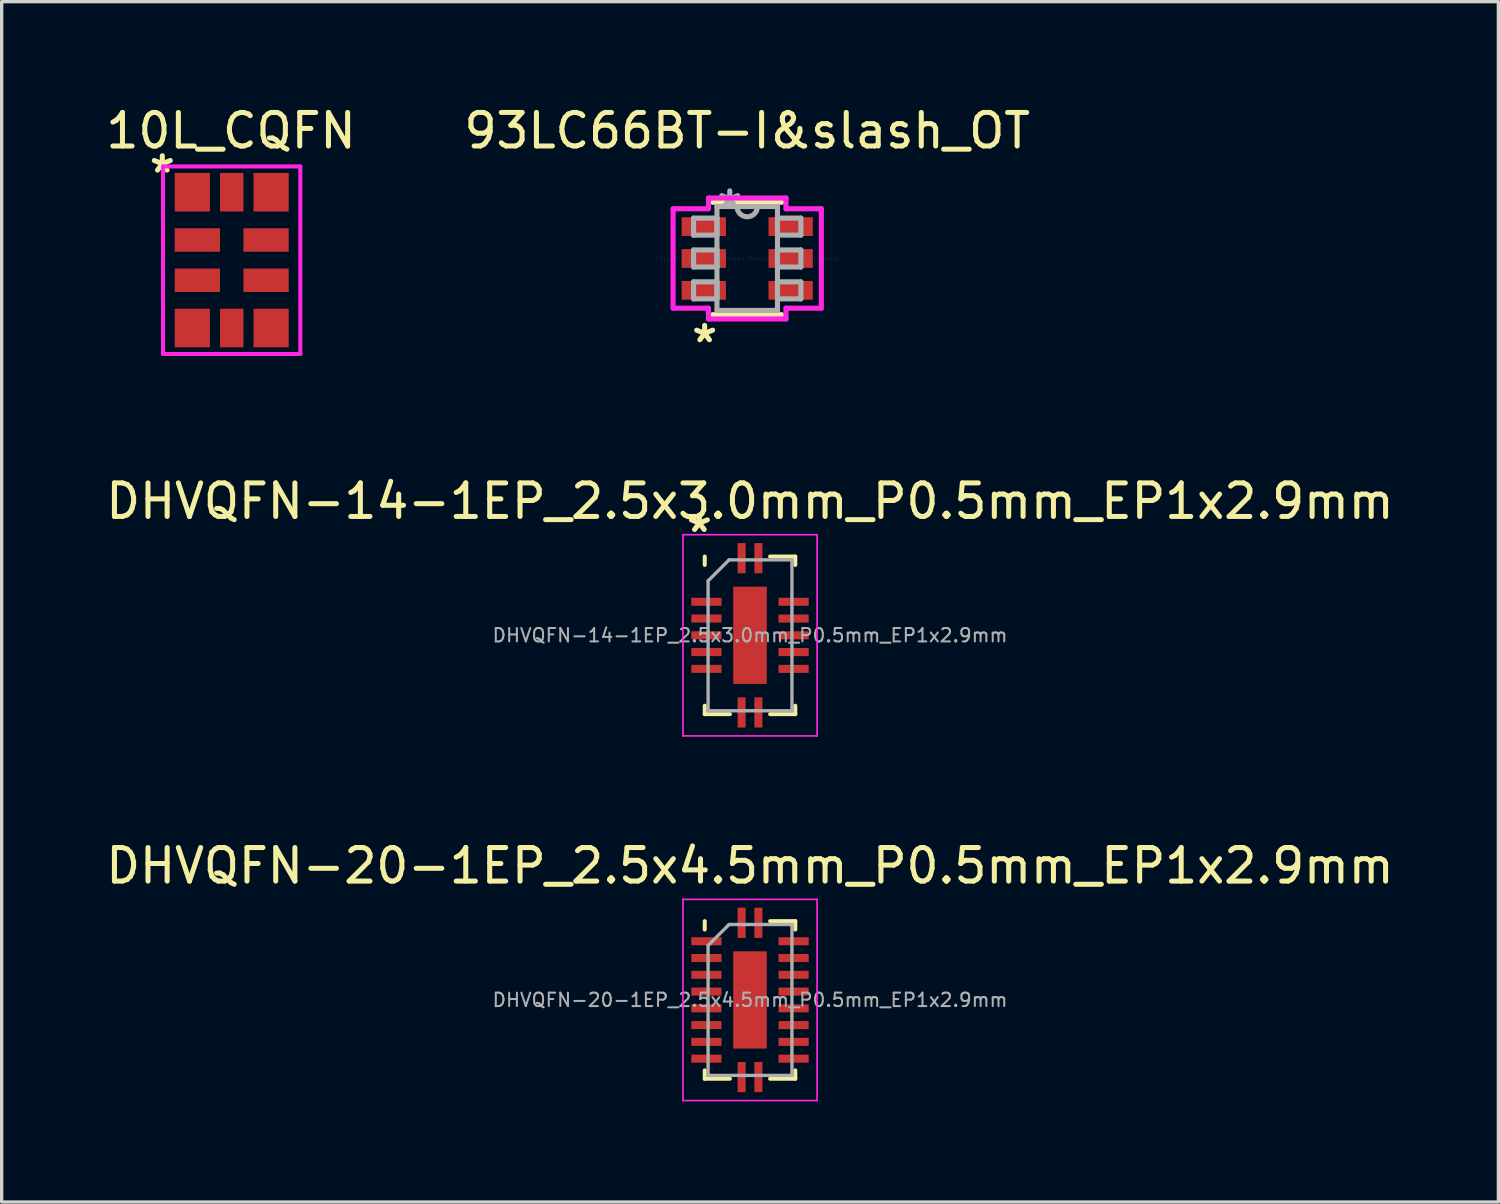
<source format=kicad_pcb>
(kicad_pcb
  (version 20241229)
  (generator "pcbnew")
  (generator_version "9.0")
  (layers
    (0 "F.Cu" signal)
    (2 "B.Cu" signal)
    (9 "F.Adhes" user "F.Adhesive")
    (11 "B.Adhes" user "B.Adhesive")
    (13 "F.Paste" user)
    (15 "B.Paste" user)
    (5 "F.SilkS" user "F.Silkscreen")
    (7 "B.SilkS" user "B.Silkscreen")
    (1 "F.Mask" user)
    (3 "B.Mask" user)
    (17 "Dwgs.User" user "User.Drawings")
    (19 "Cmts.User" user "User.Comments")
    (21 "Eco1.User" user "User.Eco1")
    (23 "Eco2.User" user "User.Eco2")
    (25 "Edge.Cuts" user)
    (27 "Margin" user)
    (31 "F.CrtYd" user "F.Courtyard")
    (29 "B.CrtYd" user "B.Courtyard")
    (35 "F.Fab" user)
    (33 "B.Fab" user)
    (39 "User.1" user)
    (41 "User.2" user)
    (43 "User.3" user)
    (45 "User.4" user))
  (footprint "10L_CQFN"
    (layer "F.Cu")
    (at 3.86 4.707)
    (property "Reference" "10L_CQFN" (at -0.02 -3.858 0) (layer "F.SilkS") (effects (font (size 1 1) (thickness 0.15))))
    (attr through_hole)
    (fp_line (start -2.05 2.797) (end -2.05 -2.794) (stroke (width 0.12) (type solid)) (layer "F.CrtYd"))
    (fp_line (start -2.047 -2.794) (end 2.045 -2.794) (stroke (width 0.12) (type solid)) (layer "F.CrtYd"))
    (fp_line (start 2.045 -2.797) (end 2.045 2.799) (stroke (width 0.12) (type solid)) (layer "F.CrtYd"))
    (fp_line (start 2.045 2.799) (end -2.05 2.799) (stroke (width 0.12) (type solid)) (layer "F.CrtYd"))
    (fp_text user "*" (at -2.07 -2.568 0) (layer "F.SilkS") (effects (font (size 1 1) (thickness 0.15))))
    (pad "1" smd rect (at -1.175 -2.025) (size 1.05 1.15) (layers "F.Cu" "F.Mask" "F.Paste"))
    (pad "2" smd rect (at -1.025 -0.6) (size 1.35 0.7) (layers "F.Cu" "F.Mask" "F.Paste"))
    (pad "3" smd rect (at -1.025 0.6) (size 1.35 0.7) (layers "F.Cu" "F.Mask" "F.Paste"))
    (pad "4" smd rect (at -1.175 2.025) (size 1.05 1.15) (layers "F.Cu" "F.Mask" "F.Paste"))
    (pad "5" smd rect (at 0 2.025) (size 0.7 1.15) (layers "F.Cu" "F.Mask" "F.Paste"))
    (pad "6" smd rect (at 1.175 2.025) (size 1.05 1.15) (layers "F.Cu" "F.Mask" "F.Paste"))
    (pad "7" smd rect (at 1.025 0.6) (size 1.35 0.7) (layers "F.Cu" "F.Mask" "F.Paste"))
    (pad "8" smd rect (at 1.025 -0.6) (size 1.35 0.7) (layers "F.Cu" "F.Mask" "F.Paste"))
    (pad "9" smd rect (at 1.175 -2.025) (size 1.05 1.15) (layers "F.Cu" "F.Mask" "F.Paste"))
    (pad "10" smd rect (at 0 -2.025) (size 0.7 1.15) (layers "F.Cu" "F.Mask" "F.Paste")))
  (footprint "DHVQFN-14-1EP_2.5x3.0mm_P0.5mm_EP1x2.9mm"
    (layer "F.Cu")
    (at 19.315 15.895)
    (property "Reference" "DHVQFN-14-1EP_2.5x3.0mm_P0.5mm_EP1x2.9mm" (at 0 -4 0) (layer "F.SilkS") (effects (font (size 1 1) (thickness 0.15))))
    (attr smd)
    (fp_line (start -1.35 -2.35) (end -1.35 -2.1) (stroke (width 0.12) (type solid)) (layer "F.SilkS"))
    (fp_line (start -1.35 2.35) (end -1.35 2.1) (stroke (width 0.12) (type solid)) (layer "F.SilkS"))
    (fp_line (start -0.6 2.35) (end -1.35 2.35) (stroke (width 0.12) (type solid)) (layer "F.SilkS"))
    (fp_line (start 0.6 -2.35) (end 1.35 -2.35) (stroke (width 0.12) (type solid)) (layer "F.SilkS"))
    (fp_line (start 0.6 2.35) (end 1.35 2.35) (stroke (width 0.12) (type solid)) (layer "F.SilkS"))
    (fp_line (start 1.35 -2.35) (end 1.35 -2.1) (stroke (width 0.12) (type solid)) (layer "F.SilkS"))
    (fp_line (start 1.35 2.35) (end 1.35 2.1) (stroke (width 0.12) (type solid)) (layer "F.SilkS"))
    (fp_line (start -2 -3) (end -2 3) (stroke (width 0.05) (type solid)) (layer "F.CrtYd"))
    (fp_line (start -2 -3) (end 2 -3) (stroke (width 0.05) (type solid)) (layer "F.CrtYd"))
    (fp_line (start -2 3) (end 2 3) (stroke (width 0.05) (type solid)) (layer "F.CrtYd"))
    (fp_line (start 2 -3) (end 2 3) (stroke (width 0.05) (type solid)) (layer "F.CrtYd"))
    (fp_line (start -1.25 -1.625) (end -1.25 2.25) (stroke (width 0.1) (type solid)) (layer "F.Fab"))
    (fp_line (start -1.25 -1.625) (end -0.625 -2.25) (stroke (width 0.1) (type solid)) (layer "F.Fab"))
    (fp_line (start -1.25 2.25) (end 1.25 2.25) (stroke (width 0.1) (type solid)) (layer "F.Fab"))
    (fp_line (start 1.25 -2.25) (end -0.625 -2.25) (stroke (width 0.1) (type solid)) (layer "F.Fab"))
    (fp_line (start 1.25 -2.25) (end 1.25 2.25) (stroke (width 0.1) (type solid)) (layer "F.Fab"))
    (fp_text user "*" (at -1.51 -3.04 0) (layer "F.SilkS") (effects (font (size 1 1) (thickness 0.15))))
    (fp_text user "${REFERENCE}" (at 0 0 0) (layer "F.Fab") (effects (font (size 0.4 0.4) (thickness 0.06))))
    (pad "" smd rect (at 0 -0.95 270) (size 0.8 0.8) (layers "F.Paste"))
    (pad "" smd rect (at 0 0 270) (size 0.8 0.8) (layers "F.Paste"))
    (pad "" smd rect (at 0 0.95 270) (size 0.8 0.8) (layers "F.Paste"))
    (pad "1" smd rect (at -0.25 -2.3 270) (size 0.9 0.24) (layers "F.Cu" "F.Mask" "F.Paste"))
    (pad "2" smd rect (at -1.3 -1) (size 0.9 0.24) (layers "F.Cu" "F.Mask" "F.Paste"))
    (pad "3" smd rect (at -1.3 -0.5) (size 0.9 0.24) (layers "F.Cu" "F.Mask" "F.Paste"))
    (pad "4" smd rect (at -1.3 0) (size 0.9 0.24) (layers "F.Cu" "F.Mask" "F.Paste"))
    (pad "5" smd rect (at -1.3 0.5) (size 0.9 0.24) (layers "F.Cu" "F.Mask" "F.Paste"))
    (pad "6" smd rect (at -1.3 1) (size 0.9 0.24) (layers "F.Cu" "F.Mask" "F.Paste"))
    (pad "7" smd rect (at -0.25 2.3 270) (size 0.9 0.24) (layers "F.Cu" "F.Mask" "F.Paste"))
    (pad "8" smd rect (at 0.25 2.3 270) (size 0.9 0.24) (layers "F.Cu" "F.Mask" "F.Paste"))
    (pad "9" smd rect (at 1.3 1) (size 0.9 0.24) (layers "F.Cu" "F.Mask" "F.Paste"))
    (pad "10" smd rect (at 1.3 0.5) (size 0.9 0.24) (layers "F.Cu" "F.Mask" "F.Paste"))
    (pad "11" smd rect (at 1.3 0) (size 0.9 0.24) (layers "F.Cu" "F.Mask" "F.Paste"))
    (pad "12" smd rect (at 1.3 -0.5) (size 0.9 0.24) (layers "F.Cu" "F.Mask" "F.Paste"))
    (pad "13" smd rect (at 1.3 -1) (size 0.9 0.24) (layers "F.Cu" "F.Mask" "F.Paste"))
    (pad "14" smd rect (at 0.25 -2.3 270) (size 0.9 0.24) (layers "F.Cu" "F.Mask" "F.Paste"))
    (pad "15" smd rect (at 0 0 270) (size 2.9 1) (layers "F.Cu" "F.Mask")))
  (footprint "93LC66BT-I&slash_OT"
    (layer "F.Cu")
    (at 19.232 4.658)
    (property "Reference" "93LC66BT-I&slash_OT" (at 0 -3.81 0) (layer "F.SilkS") (effects (font (size 1 1) (thickness 0.15))))
    (attr through_hole)
    (fp_line (start -1.029 1.676) (end 1.029 1.676) (stroke (width 0.152) (type solid)) (layer "F.SilkS"))
    (fp_line (start 1.029 -1.676) (end -1.029 -1.676) (stroke (width 0.152) (type solid)) (layer "F.SilkS"))
    (fp_line (start -2.21 -1.483) (end -1.156 -1.483) (stroke (width 0.152) (type solid)) (layer "F.CrtYd"))
    (fp_line (start -2.21 1.483) (end -2.21 -1.483) (stroke (width 0.152) (type solid)) (layer "F.CrtYd"))
    (fp_line (start -1.156 -1.803) (end 1.156 -1.803) (stroke (width 0.152) (type solid)) (layer "F.CrtYd"))
    (fp_line (start -1.156 -1.483) (end -1.156 -1.803) (stroke (width 0.152) (type solid)) (layer "F.CrtYd"))
    (fp_line (start -1.156 1.483) (end -2.21 1.483) (stroke (width 0.152) (type solid)) (layer "F.CrtYd"))
    (fp_line (start -1.156 1.803) (end -1.156 1.483) (stroke (width 0.152) (type solid)) (layer "F.CrtYd"))
    (fp_line (start 1.156 -1.803) (end 1.156 -1.483) (stroke (width 0.152) (type solid)) (layer "F.CrtYd"))
    (fp_line (start 1.156 -1.483) (end 2.21 -1.483) (stroke (width 0.152) (type solid)) (layer "F.CrtYd"))
    (fp_line (start 1.156 1.483) (end 1.156 1.803) (stroke (width 0.152) (type solid)) (layer "F.CrtYd"))
    (fp_line (start 1.156 1.803) (end -1.156 1.803) (stroke (width 0.152) (type solid)) (layer "F.CrtYd"))
    (fp_line (start 2.21 -1.483) (end 2.21 1.483) (stroke (width 0.152) (type solid)) (layer "F.CrtYd"))
    (fp_line (start 2.21 1.483) (end 1.156 1.483) (stroke (width 0.152) (type solid)) (layer "F.CrtYd"))
    (fp_line (start -1.6 -1.204) (end -1.6 -0.696) (stroke (width 0.152) (type solid)) (layer "F.Fab"))
    (fp_line (start -1.6 -0.696) (end -0.902 -0.696) (stroke (width 0.152) (type solid)) (layer "F.Fab"))
    (fp_line (start -1.6 -0.254) (end -1.6 0.254) (stroke (width 0.152) (type solid)) (layer "F.Fab"))
    (fp_line (start -1.6 0.254) (end -0.902 0.254) (stroke (width 0.152) (type solid)) (layer "F.Fab"))
    (fp_line (start -1.6 0.696) (end -1.6 1.204) (stroke (width 0.152) (type solid)) (layer "F.Fab"))
    (fp_line (start -1.6 1.204) (end -0.902 1.204) (stroke (width 0.152) (type solid)) (layer "F.Fab"))
    (fp_line (start -0.902 -1.549) (end -0.902 1.549) (stroke (width 0.152) (type solid)) (layer "F.Fab"))
    (fp_line (start -0.902 -1.204) (end -1.6 -1.204) (stroke (width 0.152) (type solid)) (layer "F.Fab"))
    (fp_line (start -0.902 -0.696) (end -0.902 -1.204) (stroke (width 0.152) (type solid)) (layer "F.Fab"))
    (fp_line (start -0.902 -0.254) (end -1.6 -0.254) (stroke (width 0.152) (type solid)) (layer "F.Fab"))
    (fp_line (start -0.902 0.254) (end -0.902 -0.254) (stroke (width 0.152) (type solid)) (layer "F.Fab"))
    (fp_line (start -0.902 0.696) (end -1.6 0.696) (stroke (width 0.152) (type solid)) (layer "F.Fab"))
    (fp_line (start -0.902 1.204) (end -0.902 0.696) (stroke (width 0.152) (type solid)) (layer "F.Fab"))
    (fp_line (start -0.902 1.549) (end 0.902 1.549) (stroke (width 0.152) (type solid)) (layer "F.Fab"))
    (fp_line (start 0.902 -1.549) (end -0.902 -1.549) (stroke (width 0.152) (type solid)) (layer "F.Fab"))
    (fp_line (start 0.902 -1.204) (end 0.902 -0.696) (stroke (width 0.152) (type solid)) (layer "F.Fab"))
    (fp_line (start 0.902 -0.696) (end 1.6 -0.696) (stroke (width 0.152) (type solid)) (layer "F.Fab"))
    (fp_line (start 0.902 -0.254) (end 0.902 0.254) (stroke (width 0.152) (type solid)) (layer "F.Fab"))
    (fp_line (start 0.902 0.254) (end 1.6 0.254) (stroke (width 0.152) (type solid)) (layer "F.Fab"))
    (fp_line (start 0.902 0.696) (end 0.902 1.204) (stroke (width 0.152) (type solid)) (layer "F.Fab"))
    (fp_line (start 0.902 1.204) (end 1.6 1.204) (stroke (width 0.152) (type solid)) (layer "F.Fab"))
    (fp_line (start 0.902 1.549) (end 0.902 -1.549) (stroke (width 0.152) (type solid)) (layer "F.Fab"))
    (fp_line (start 1.6 -1.204) (end 0.902 -1.204) (stroke (width 0.152) (type solid)) (layer "F.Fab"))
    (fp_line (start 1.6 -0.696) (end 1.6 -1.204) (stroke (width 0.152) (type solid)) (layer "F.Fab"))
    (fp_line (start 1.6 -0.254) (end 0.902 -0.254) (stroke (width 0.152) (type solid)) (layer "F.Fab"))
    (fp_line (start 1.6 0.254) (end 1.6 -0.254) (stroke (width 0.152) (type solid)) (layer "F.Fab"))
    (fp_line (start 1.6 0.696) (end 0.902 0.696) (stroke (width 0.152) (type solid)) (layer "F.Fab"))
    (fp_line (start 1.6 1.204) (end 1.6 0.696) (stroke (width 0.152) (type solid)) (layer "F.Fab"))
    (fp_arc (start 0.3048 -1.5494) (mid 0 -1.2446) (end -0.3048 -1.5494) (stroke (width 0.1524) (type solid)) (layer "F.Fab"))
    (fp_text user "*" (at -1.27 2.54 0) (layer "F.SilkS") (effects (font (size 1 1) (thickness 0.15))))
    (fp_text user "Copyright 2016 Accelerated Designs. All rights reserved." (at 0 0 0) (layer "Cmts.User") (effects (font (size 0.127 0.127) (thickness 0.002))))
    (fp_text user "*" (at -0.521 -1.473 0) (layer "F.Fab") (effects (font (size 1 1) (thickness 0.15))))
    (pad "1" smd rect (at -1.295 -0.95) (size 1.321 0.559) (layers "F.Cu" "F.Mask" "F.Paste"))
    (pad "2" smd rect (at -1.295 0) (size 1.321 0.559) (layers "F.Cu" "F.Mask" "F.Paste"))
    (pad "3" smd rect (at -1.295 0.95) (size 1.321 0.559) (layers "F.Cu" "F.Mask" "F.Paste"))
    (pad "4" smd rect (at 1.295 0.95) (size 1.321 0.559) (layers "F.Cu" "F.Mask" "F.Paste"))
    (pad "5" smd rect (at 1.295 0) (size 1.321 0.559) (layers "F.Cu" "F.Mask" "F.Paste"))
    (pad "6" smd rect (at 1.295 -0.95) (size 1.321 0.559) (layers "F.Cu" "F.Mask" "F.Paste")))
  (footprint "DHVQFN-20-1EP_2.5x4.5mm_P0.5mm_EP1x2.9mm"
    (layer "F.Cu")
    (at 19.315 26.768)
    (property "Reference" "DHVQFN-20-1EP_2.5x4.5mm_P0.5mm_EP1x2.9mm" (at 0 -4 0) (layer "F.SilkS") (effects (font (size 1 1) (thickness 0.15))))
    (attr smd)
    (fp_line (start -1.35 -2.35) (end -1.35 -2.1) (stroke (width 0.12) (type solid)) (layer "F.SilkS"))
    (fp_line (start -1.35 2.35) (end -1.35 2.1) (stroke (width 0.12) (type solid)) (layer "F.SilkS"))
    (fp_line (start -0.6 2.35) (end -1.35 2.35) (stroke (width 0.12) (type solid)) (layer "F.SilkS"))
    (fp_line (start 0.6 -2.35) (end 1.35 -2.35) (stroke (width 0.12) (type solid)) (layer "F.SilkS"))
    (fp_line (start 0.6 2.35) (end 1.35 2.35) (stroke (width 0.12) (type solid)) (layer "F.SilkS"))
    (fp_line (start 1.35 -2.35) (end 1.35 -2.1) (stroke (width 0.12) (type solid)) (layer "F.SilkS"))
    (fp_line (start 1.35 2.35) (end 1.35 2.1) (stroke (width 0.12) (type solid)) (layer "F.SilkS"))
    (fp_line (start -2 -3) (end -2 3) (stroke (width 0.05) (type solid)) (layer "F.CrtYd"))
    (fp_line (start -2 -3) (end 2 -3) (stroke (width 0.05) (type solid)) (layer "F.CrtYd"))
    (fp_line (start -2 3) (end 2 3) (stroke (width 0.05) (type solid)) (layer "F.CrtYd"))
    (fp_line (start 2 -3) (end 2 3) (stroke (width 0.05) (type solid)) (layer "F.CrtYd"))
    (fp_line (start -1.25 -1.625) (end -1.25 2.25) (stroke (width 0.1) (type solid)) (layer "F.Fab"))
    (fp_line (start -1.25 -1.625) (end -0.625 -2.25) (stroke (width 0.1) (type solid)) (layer "F.Fab"))
    (fp_line (start -1.25 2.25) (end 1.25 2.25) (stroke (width 0.1) (type solid)) (layer "F.Fab"))
    (fp_line (start 1.25 -2.25) (end -0.625 -2.25) (stroke (width 0.1) (type solid)) (layer "F.Fab"))
    (fp_line (start 1.25 -2.25) (end 1.25 2.25) (stroke (width 0.1) (type solid)) (layer "F.Fab"))
    (fp_text user "${REFERENCE}" (at 0 0 0) (layer "F.Fab") (effects (font (size 0.4 0.4) (thickness 0.06))))
    (pad "" smd rect (at 0 -0.95 270) (size 0.8 0.8) (layers "F.Paste"))
    (pad "" smd rect (at 0 0 270) (size 0.8 0.8) (layers "F.Paste"))
    (pad "" smd rect (at 0 0.95 270) (size 0.8 0.8) (layers "F.Paste"))
    (pad "1" smd rect (at -0.25 -2.3 270) (size 0.9 0.24) (layers "F.Cu" "F.Mask" "F.Paste"))
    (pad "2" smd rect (at -1.3 -1.75) (size 0.9 0.24) (layers "F.Cu" "F.Mask" "F.Paste"))
    (pad "3" smd rect (at -1.3 -1.25) (size 0.9 0.24) (layers "F.Cu" "F.Mask" "F.Paste"))
    (pad "4" smd rect (at -1.3 -0.75) (size 0.9 0.24) (layers "F.Cu" "F.Mask" "F.Paste"))
    (pad "5" smd rect (at -1.3 -0.25) (size 0.9 0.24) (layers "F.Cu" "F.Mask" "F.Paste"))
    (pad "6" smd rect (at -1.3 0.25) (size 0.9 0.24) (layers "F.Cu" "F.Mask" "F.Paste"))
    (pad "7" smd rect (at -1.3 0.75) (size 0.9 0.24) (layers "F.Cu" "F.Mask" "F.Paste"))
    (pad "8" smd rect (at -1.3 1.25) (size 0.9 0.24) (layers "F.Cu" "F.Mask" "F.Paste"))
    (pad "9" smd rect (at -1.3 1.75) (size 0.9 0.24) (layers "F.Cu" "F.Mask" "F.Paste"))
    (pad "10" smd rect (at -0.25 2.3 270) (size 0.9 0.24) (layers "F.Cu" "F.Mask" "F.Paste"))
    (pad "11" smd rect (at 0.25 2.3 270) (size 0.9 0.24) (layers "F.Cu" "F.Mask" "F.Paste"))
    (pad "12" smd rect (at 1.3 1.75) (size 0.9 0.24) (layers "F.Cu" "F.Mask" "F.Paste"))
    (pad "13" smd rect (at 1.3 1.25) (size 0.9 0.24) (layers "F.Cu" "F.Mask" "F.Paste"))
    (pad "14" smd rect (at 1.3 0.75) (size 0.9 0.24) (layers "F.Cu" "F.Mask" "F.Paste"))
    (pad "15" smd rect (at 1.3 0.25) (size 0.9 0.24) (layers "F.Cu" "F.Mask" "F.Paste"))
    (pad "16" smd rect (at 1.3 -0.25) (size 0.9 0.24) (layers "F.Cu" "F.Mask" "F.Paste"))
    (pad "17" smd rect (at 1.3 -0.75) (size 0.9 0.24) (layers "F.Cu" "F.Mask" "F.Paste"))
    (pad "18" smd rect (at 1.3 -1.25) (size 0.9 0.24) (layers "F.Cu" "F.Mask" "F.Paste"))
    (pad "19" smd rect (at 1.3 -1.75) (size 0.9 0.24) (layers "F.Cu" "F.Mask" "F.Paste"))
    (pad "20" smd rect (at 0.25 -2.3 270) (size 0.9 0.24) (layers "F.Cu" "F.Mask" "F.Paste"))
    (pad "21" smd rect (at 0 0 270) (size 2.9 1) (layers "F.Cu" "F.Mask")))
  (gr_rect
    (start -3 -3)
    (end 41.631 32.793)
    (stroke (width 0.1) (type default))
    (fill no)
    (layer "Edge.Cuts")))
</source>
